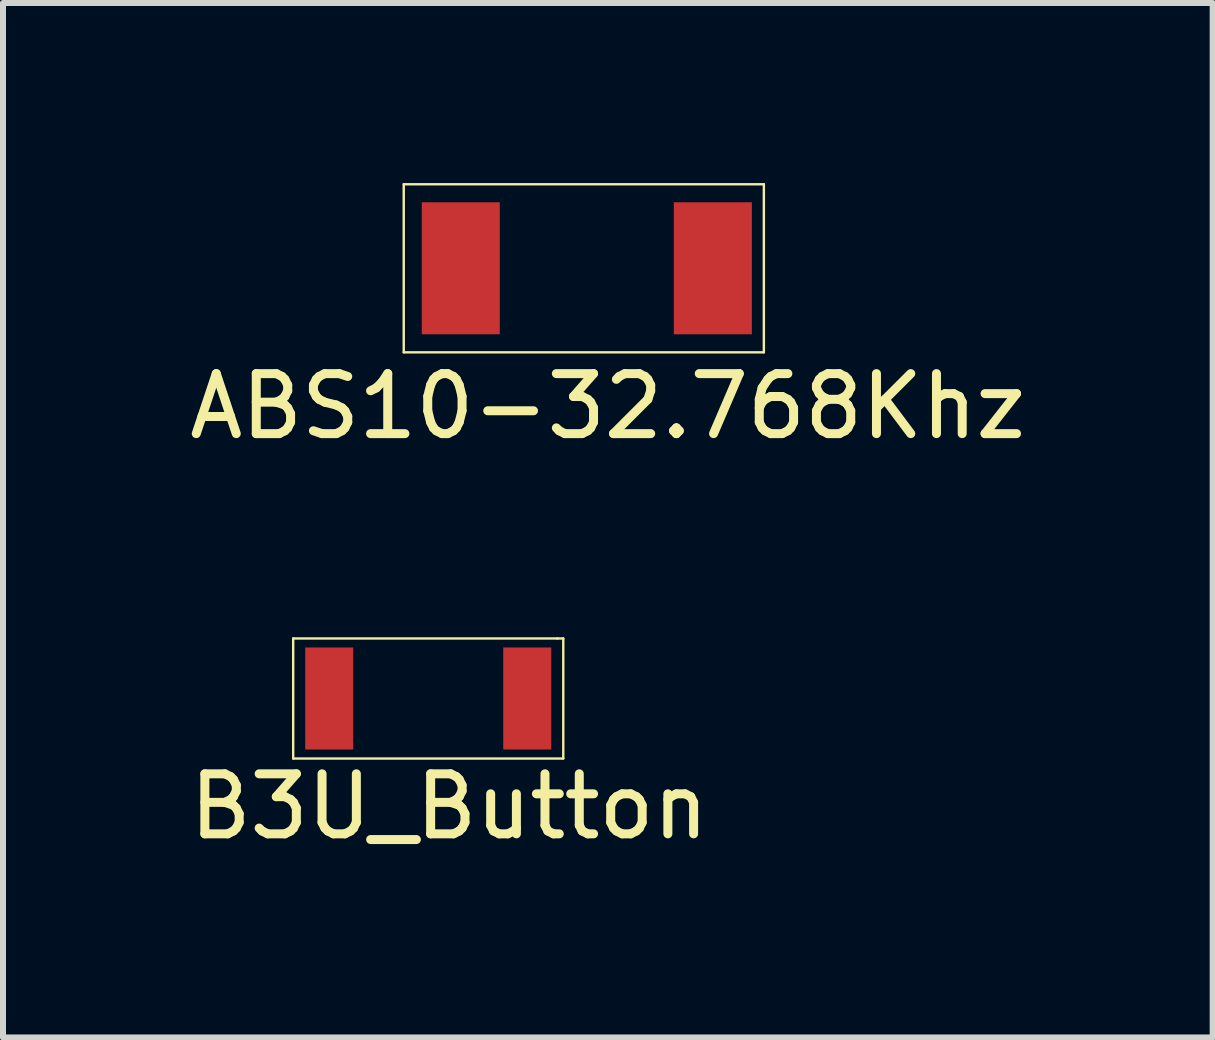
<source format=kicad_pcb>
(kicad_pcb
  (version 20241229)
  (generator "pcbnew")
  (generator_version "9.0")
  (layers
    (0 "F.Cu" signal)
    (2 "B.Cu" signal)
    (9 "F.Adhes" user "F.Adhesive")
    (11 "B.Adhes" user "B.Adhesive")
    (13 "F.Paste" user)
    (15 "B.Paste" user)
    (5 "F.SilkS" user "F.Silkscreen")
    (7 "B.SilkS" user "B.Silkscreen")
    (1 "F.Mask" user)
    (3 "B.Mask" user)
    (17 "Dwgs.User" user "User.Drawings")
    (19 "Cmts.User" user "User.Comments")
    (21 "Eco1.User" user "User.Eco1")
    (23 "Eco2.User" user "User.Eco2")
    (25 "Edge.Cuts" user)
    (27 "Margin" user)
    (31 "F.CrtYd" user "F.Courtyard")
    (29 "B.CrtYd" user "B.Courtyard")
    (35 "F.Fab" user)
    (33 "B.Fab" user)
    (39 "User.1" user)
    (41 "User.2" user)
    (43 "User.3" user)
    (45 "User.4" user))
  (footprint "ABS10-32.768Khz"
    (layer "F.Cu")
    (at 3.877 2.62)
    (property "Reference" "ABS10-32.768Khz" (at 3.2 1.1 0) (layer "F.SilkS") (effects (font (size 1 1) (thickness 0.15))))
    (attr through_hole)
    (fp_line (start -0.2 -2.6) (end 5.8 -2.6) (stroke (width 0.04) (type solid)) (layer "F.SilkS"))
    (fp_line (start -0.2 0.2) (end -0.2 -2.6) (stroke (width 0.04) (type solid)) (layer "F.SilkS"))
    (fp_line (start 5.8 -2.6) (end 5.8 0.2) (stroke (width 0.04) (type solid)) (layer "F.SilkS"))
    (fp_line (start 5.8 0.2) (end -0.2 0.2) (stroke (width 0.04) (type solid)) (layer "F.SilkS"))
    (pad "1" smd rect (at 0.75 -1.2) (size 1.3 2.2) (layers "F.Cu" "F.Mask" "F.Paste"))
    (pad "2" smd rect (at 4.95 -1.2) (size 1.3 2.2) (layers "F.Cu" "F.Mask" "F.Paste")))
  (footprint "B3U_Button"
    (layer "F.Cu")
    (at 2.035 9.488)
    (property "Reference" "B3U_Button" (at 2.4 0.9 0) (layer "F.SilkS") (effects (font (size 1 1) (thickness 0.15))))
    (attr through_hole)
    (fp_line (start -0.2 -1.9) (end 4.2 -1.9) (stroke (width 0.04) (type solid)) (layer "F.SilkS"))
    (fp_line (start -0.2 0.1) (end -0.2 -1.9) (stroke (width 0.04) (type solid)) (layer "F.SilkS"))
    (fp_line (start 4.2 -1.9) (end 4.3 -1.9) (stroke (width 0.04) (type solid)) (layer "F.SilkS"))
    (fp_line (start 4.3 -1.9) (end 4.3 0.1) (stroke (width 0.04) (type solid)) (layer "F.SilkS"))
    (fp_line (start 4.3 0.1) (end -0.2 0.1) (stroke (width 0.04) (type solid)) (layer "F.SilkS"))
    (pad "1" smd rect (at 0.4 -0.9) (size 0.8 1.7) (layers "F.Cu" "F.Mask" "F.Paste"))
    (pad "2" smd rect (at 3.7 -0.9) (size 0.8 1.7) (layers "F.Cu" "F.Mask" "F.Paste")))
  (gr_rect
    (start -3 -3)
    (end 17.155 14.236)
    (stroke (width 0.1) (type default))
    (fill no)
    (layer "Edge.Cuts")))
</source>
